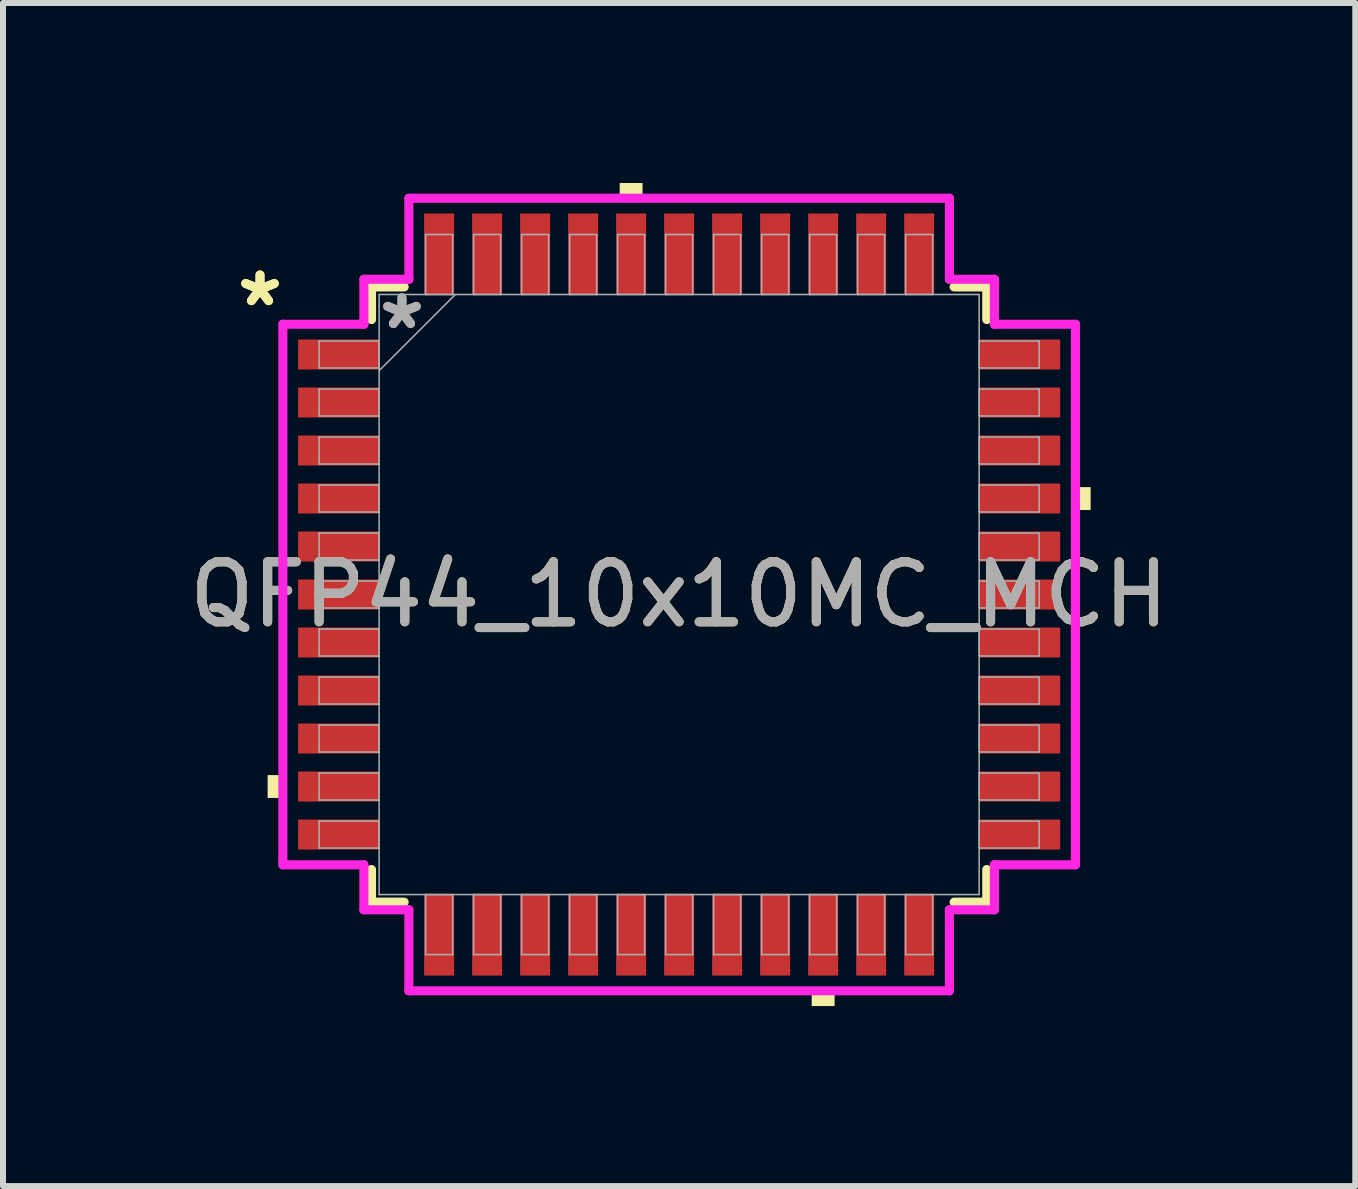
<source format=kicad_pcb>
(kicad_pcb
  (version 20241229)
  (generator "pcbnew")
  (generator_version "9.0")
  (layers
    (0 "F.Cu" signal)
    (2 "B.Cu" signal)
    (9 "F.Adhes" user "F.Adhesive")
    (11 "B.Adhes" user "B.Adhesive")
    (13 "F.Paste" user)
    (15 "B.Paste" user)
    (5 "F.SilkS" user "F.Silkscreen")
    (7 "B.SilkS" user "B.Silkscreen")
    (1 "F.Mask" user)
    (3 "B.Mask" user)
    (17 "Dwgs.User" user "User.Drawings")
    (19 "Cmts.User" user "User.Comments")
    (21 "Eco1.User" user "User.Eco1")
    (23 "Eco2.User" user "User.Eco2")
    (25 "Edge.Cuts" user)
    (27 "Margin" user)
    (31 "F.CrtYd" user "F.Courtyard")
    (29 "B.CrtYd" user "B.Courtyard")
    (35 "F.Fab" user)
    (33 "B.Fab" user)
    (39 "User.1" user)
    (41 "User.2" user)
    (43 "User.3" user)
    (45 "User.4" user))
  (footprint "QFP44_10x10MC_MCH"
    (layer "F.Cu")
    (at 8.268 6.858)
    (property "Reference" "QFP44_10x10MC_MCH" (at 0 0 0) (unlocked yes) (layer "F.SilkS") (effects (font (size 1 1) (thickness 0.15))))
    (attr smd)
    (fp_line (start -5.127 -5.127) (end -5.127 -4.583) (stroke (width 0.152) (type solid)) (layer "F.SilkS"))
    (fp_line (start -5.127 4.583) (end -5.127 5.127) (stroke (width 0.152) (type solid)) (layer "F.SilkS"))
    (fp_line (start -5.127 5.127) (end -4.583 5.127) (stroke (width 0.152) (type solid)) (layer "F.SilkS"))
    (fp_line (start -4.583 -5.127) (end -5.127 -5.127) (stroke (width 0.152) (type solid)) (layer "F.SilkS"))
    (fp_line (start 4.583 5.127) (end 5.127 5.127) (stroke (width 0.152) (type solid)) (layer "F.SilkS"))
    (fp_line (start 5.127 -5.127) (end 4.583 -5.127) (stroke (width 0.152) (type solid)) (layer "F.SilkS"))
    (fp_line (start 5.127 -4.583) (end 5.127 -5.127) (stroke (width 0.152) (type solid)) (layer "F.SilkS"))
    (fp_line (start 5.127 5.127) (end 5.127 4.583) (stroke (width 0.152) (type solid)) (layer "F.SilkS"))
    (fp_poly (pts (xy -6.858 3.009) (xy -6.858 3.39) (xy -6.604 3.39) (xy -6.604 3.009)) (stroke (width 0) (type solid)) (fill yes) (layer "F.SilkS"))
    (fp_poly (pts (xy -0.991 -6.604) (xy -0.991 -6.858) (xy -0.61 -6.858) (xy -0.61 -6.604)) (stroke (width 0) (type solid)) (fill yes) (layer "F.SilkS"))
    (fp_poly (pts (xy 2.209 6.604) (xy 2.209 6.858) (xy 2.591 6.858) (xy 2.591 6.604)) (stroke (width 0) (type solid)) (fill yes) (layer "F.SilkS"))
    (fp_poly (pts (xy 6.858 -1.79) (xy 6.858 -1.409) (xy 6.604 -1.409) (xy 6.604 -1.79)) (stroke (width 0) (type solid)) (fill yes) (layer "F.SilkS"))
    (fp_line (start -6.604 -4.504) (end -5.254 -4.504) (stroke (width 0.152) (type solid)) (layer "F.CrtYd"))
    (fp_line (start -6.604 4.504) (end -6.604 -4.504) (stroke (width 0.152) (type solid)) (layer "F.CrtYd"))
    (fp_line (start -5.254 -5.254) (end -4.504 -5.254) (stroke (width 0.152) (type solid)) (layer "F.CrtYd"))
    (fp_line (start -5.254 -4.504) (end -5.254 -5.254) (stroke (width 0.152) (type solid)) (layer "F.CrtYd"))
    (fp_line (start -5.254 4.504) (end -6.604 4.504) (stroke (width 0.152) (type solid)) (layer "F.CrtYd"))
    (fp_line (start -5.254 5.254) (end -5.254 4.504) (stroke (width 0.152) (type solid)) (layer "F.CrtYd"))
    (fp_line (start -5.254 5.254) (end -4.504 5.254) (stroke (width 0.152) (type solid)) (layer "F.CrtYd"))
    (fp_line (start -4.504 -6.604) (end 4.504 -6.604) (stroke (width 0.152) (type solid)) (layer "F.CrtYd"))
    (fp_line (start -4.504 -5.254) (end -4.504 -6.604) (stroke (width 0.152) (type solid)) (layer "F.CrtYd"))
    (fp_line (start -4.504 5.254) (end -4.504 6.604) (stroke (width 0.152) (type solid)) (layer "F.CrtYd"))
    (fp_line (start -4.504 6.604) (end 4.504 6.604) (stroke (width 0.152) (type solid)) (layer "F.CrtYd"))
    (fp_line (start 4.504 -6.604) (end 4.504 -5.254) (stroke (width 0.152) (type solid)) (layer "F.CrtYd"))
    (fp_line (start 4.504 -5.254) (end 5.254 -5.254) (stroke (width 0.152) (type solid)) (layer "F.CrtYd"))
    (fp_line (start 4.504 5.254) (end 5.254 5.254) (stroke (width 0.152) (type solid)) (layer "F.CrtYd"))
    (fp_line (start 4.504 6.604) (end 4.504 5.254) (stroke (width 0.152) (type solid)) (layer "F.CrtYd"))
    (fp_line (start 5.254 -4.504) (end 5.254 -5.254) (stroke (width 0.152) (type solid)) (layer "F.CrtYd"))
    (fp_line (start 5.254 4.504) (end 6.604 4.504) (stroke (width 0.152) (type solid)) (layer "F.CrtYd"))
    (fp_line (start 5.254 5.254) (end 5.254 4.504) (stroke (width 0.152) (type solid)) (layer "F.CrtYd"))
    (fp_line (start 6.604 -4.504) (end 5.254 -4.504) (stroke (width 0.152) (type solid)) (layer "F.CrtYd"))
    (fp_line (start 6.604 4.504) (end 6.604 -4.504) (stroke (width 0.152) (type solid)) (layer "F.CrtYd"))
    (fp_line (start -6 -4.225) (end -6 -3.775) (stroke (width 0.025) (type solid)) (layer "F.Fab"))
    (fp_line (start -6 -3.775) (end -5 -3.775) (stroke (width 0.025) (type solid)) (layer "F.Fab"))
    (fp_line (start -6 -3.425) (end -6 -2.975) (stroke (width 0.025) (type solid)) (layer "F.Fab"))
    (fp_line (start -6 -2.975) (end -5 -2.975) (stroke (width 0.025) (type solid)) (layer "F.Fab"))
    (fp_line (start -6 -2.625) (end -6 -2.175) (stroke (width 0.025) (type solid)) (layer "F.Fab"))
    (fp_line (start -6 -2.175) (end -5 -2.175) (stroke (width 0.025) (type solid)) (layer "F.Fab"))
    (fp_line (start -6 -1.825) (end -6 -1.375) (stroke (width 0.025) (type solid)) (layer "F.Fab"))
    (fp_line (start -6 -1.375) (end -5 -1.375) (stroke (width 0.025) (type solid)) (layer "F.Fab"))
    (fp_line (start -6 -1.025) (end -6 -0.575) (stroke (width 0.025) (type solid)) (layer "F.Fab"))
    (fp_line (start -6 -0.575) (end -5 -0.575) (stroke (width 0.025) (type solid)) (layer "F.Fab"))
    (fp_line (start -6 -0.225) (end -6 0.225) (stroke (width 0.025) (type solid)) (layer "F.Fab"))
    (fp_line (start -6 0.225) (end -5 0.225) (stroke (width 0.025) (type solid)) (layer "F.Fab"))
    (fp_line (start -6 0.575) (end -6 1.025) (stroke (width 0.025) (type solid)) (layer "F.Fab"))
    (fp_line (start -6 1.025) (end -5 1.025) (stroke (width 0.025) (type solid)) (layer "F.Fab"))
    (fp_line (start -6 1.375) (end -6 1.825) (stroke (width 0.025) (type solid)) (layer "F.Fab"))
    (fp_line (start -6 1.825) (end -5 1.825) (stroke (width 0.025) (type solid)) (layer "F.Fab"))
    (fp_line (start -6 2.175) (end -6 2.625) (stroke (width 0.025) (type solid)) (layer "F.Fab"))
    (fp_line (start -6 2.625) (end -5 2.625) (stroke (width 0.025) (type solid)) (layer "F.Fab"))
    (fp_line (start -6 2.975) (end -6 3.425) (stroke (width 0.025) (type solid)) (layer "F.Fab"))
    (fp_line (start -6 3.425) (end -5 3.425) (stroke (width 0.025) (type solid)) (layer "F.Fab"))
    (fp_line (start -6 3.775) (end -6 4.225) (stroke (width 0.025) (type solid)) (layer "F.Fab"))
    (fp_line (start -6 4.225) (end -5 4.225) (stroke (width 0.025) (type solid)) (layer "F.Fab"))
    (fp_line (start -5 -5) (end -5 5) (stroke (width 0.025) (type solid)) (layer "F.Fab"))
    (fp_line (start -5 -4.225) (end -6 -4.225) (stroke (width 0.025) (type solid)) (layer "F.Fab"))
    (fp_line (start -5 -3.775) (end -5 -4.225) (stroke (width 0.025) (type solid)) (layer "F.Fab"))
    (fp_line (start -5 -3.73) (end -3.73 -5) (stroke (width 0.025) (type solid)) (layer "F.Fab"))
    (fp_line (start -5 -3.425) (end -6 -3.425) (stroke (width 0.025) (type solid)) (layer "F.Fab"))
    (fp_line (start -5 -2.975) (end -5 -3.425) (stroke (width 0.025) (type solid)) (layer "F.Fab"))
    (fp_line (start -5 -2.625) (end -6 -2.625) (stroke (width 0.025) (type solid)) (layer "F.Fab"))
    (fp_line (start -5 -2.175) (end -5 -2.625) (stroke (width 0.025) (type solid)) (layer "F.Fab"))
    (fp_line (start -5 -1.825) (end -6 -1.825) (stroke (width 0.025) (type solid)) (layer "F.Fab"))
    (fp_line (start -5 -1.375) (end -5 -1.825) (stroke (width 0.025) (type solid)) (layer "F.Fab"))
    (fp_line (start -5 -1.025) (end -6 -1.025) (stroke (width 0.025) (type solid)) (layer "F.Fab"))
    (fp_line (start -5 -0.575) (end -5 -1.025) (stroke (width 0.025) (type solid)) (layer "F.Fab"))
    (fp_line (start -5 -0.225) (end -6 -0.225) (stroke (width 0.025) (type solid)) (layer "F.Fab"))
    (fp_line (start -5 0.225) (end -5 -0.225) (stroke (width 0.025) (type solid)) (layer "F.Fab"))
    (fp_line (start -5 0.575) (end -6 0.575) (stroke (width 0.025) (type solid)) (layer "F.Fab"))
    (fp_line (start -5 1.025) (end -5 0.575) (stroke (width 0.025) (type solid)) (layer "F.Fab"))
    (fp_line (start -5 1.375) (end -6 1.375) (stroke (width 0.025) (type solid)) (layer "F.Fab"))
    (fp_line (start -5 1.825) (end -5 1.375) (stroke (width 0.025) (type solid)) (layer "F.Fab"))
    (fp_line (start -5 2.175) (end -6 2.175) (stroke (width 0.025) (type solid)) (layer "F.Fab"))
    (fp_line (start -5 2.625) (end -5 2.175) (stroke (width 0.025) (type solid)) (layer "F.Fab"))
    (fp_line (start -5 2.975) (end -6 2.975) (stroke (width 0.025) (type solid)) (layer "F.Fab"))
    (fp_line (start -5 3.425) (end -5 2.975) (stroke (width 0.025) (type solid)) (layer "F.Fab"))
    (fp_line (start -5 3.775) (end -6 3.775) (stroke (width 0.025) (type solid)) (layer "F.Fab"))
    (fp_line (start -5 4.225) (end -5 3.775) (stroke (width 0.025) (type solid)) (layer "F.Fab"))
    (fp_line (start -5 5) (end 5 5) (stroke (width 0.025) (type solid)) (layer "F.Fab"))
    (fp_line (start -4.225 5) (end -4.225 6) (stroke (width 0.025) (type solid)) (layer "F.Fab"))
    (fp_line (start -4.225 6) (end -3.775 6) (stroke (width 0.025) (type solid)) (layer "F.Fab"))
    (fp_line (start -4.225 -6) (end -4.225 -5) (stroke (width 0.025) (type solid)) (layer "F.Fab"))
    (fp_line (start -4.225 -5) (end -3.775 -5) (stroke (width 0.025) (type solid)) (layer "F.Fab"))
    (fp_line (start -3.775 5) (end -4.225 5) (stroke (width 0.025) (type solid)) (layer "F.Fab"))
    (fp_line (start -3.775 6) (end -3.775 5) (stroke (width 0.025) (type solid)) (layer "F.Fab"))
    (fp_line (start -3.775 -6) (end -4.225 -6) (stroke (width 0.025) (type solid)) (layer "F.Fab"))
    (fp_line (start -3.775 -5) (end -3.775 -6) (stroke (width 0.025) (type solid)) (layer "F.Fab"))
    (fp_line (start -3.425 -6) (end -3.425 -5) (stroke (width 0.025) (type solid)) (layer "F.Fab"))
    (fp_line (start -3.425 -5) (end -2.975 -5) (stroke (width 0.025) (type solid)) (layer "F.Fab"))
    (fp_line (start -3.425 5) (end -3.425 6) (stroke (width 0.025) (type solid)) (layer "F.Fab"))
    (fp_line (start -3.425 6) (end -2.975 6) (stroke (width 0.025) (type solid)) (layer "F.Fab"))
    (fp_line (start -2.975 5) (end -3.425 5) (stroke (width 0.025) (type solid)) (layer "F.Fab"))
    (fp_line (start -2.975 6) (end -2.975 5) (stroke (width 0.025) (type solid)) (layer "F.Fab"))
    (fp_line (start -2.975 -6) (end -3.425 -6) (stroke (width 0.025) (type solid)) (layer "F.Fab"))
    (fp_line (start -2.975 -5) (end -2.975 -6) (stroke (width 0.025) (type solid)) (layer "F.Fab"))
    (fp_line (start -2.625 -6) (end -2.625 -5) (stroke (width 0.025) (type solid)) (layer "F.Fab"))
    (fp_line (start -2.625 -5) (end -2.175 -5) (stroke (width 0.025) (type solid)) (layer "F.Fab"))
    (fp_line (start -2.625 5) (end -2.625 6) (stroke (width 0.025) (type solid)) (layer "F.Fab"))
    (fp_line (start -2.625 6) (end -2.175 6) (stroke (width 0.025) (type solid)) (layer "F.Fab"))
    (fp_line (start -2.175 -6) (end -2.625 -6) (stroke (width 0.025) (type solid)) (layer "F.Fab"))
    (fp_line (start -2.175 -5) (end -2.175 -6) (stroke (width 0.025) (type solid)) (layer "F.Fab"))
    (fp_line (start -2.175 5) (end -2.625 5) (stroke (width 0.025) (type solid)) (layer "F.Fab"))
    (fp_line (start -2.175 6) (end -2.175 5) (stroke (width 0.025) (type solid)) (layer "F.Fab"))
    (fp_line (start -1.825 -6) (end -1.825 -5) (stroke (width 0.025) (type solid)) (layer "F.Fab"))
    (fp_line (start -1.825 -5) (end -1.375 -5) (stroke (width 0.025) (type solid)) (layer "F.Fab"))
    (fp_line (start -1.825 5) (end -1.825 6) (stroke (width 0.025) (type solid)) (layer "F.Fab"))
    (fp_line (start -1.825 6) (end -1.375 6) (stroke (width 0.025) (type solid)) (layer "F.Fab"))
    (fp_line (start -1.375 -6) (end -1.825 -6) (stroke (width 0.025) (type solid)) (layer "F.Fab"))
    (fp_line (start -1.375 -5) (end -1.375 -6) (stroke (width 0.025) (type solid)) (layer "F.Fab"))
    (fp_line (start -1.375 5) (end -1.825 5) (stroke (width 0.025) (type solid)) (layer "F.Fab"))
    (fp_line (start -1.375 6) (end -1.375 5) (stroke (width 0.025) (type solid)) (layer "F.Fab"))
    (fp_line (start -1.025 -6) (end -1.025 -5) (stroke (width 0.025) (type solid)) (layer "F.Fab"))
    (fp_line (start -1.025 -5) (end -0.575 -5) (stroke (width 0.025) (type solid)) (layer "F.Fab"))
    (fp_line (start -1.025 5) (end -1.025 6) (stroke (width 0.025) (type solid)) (layer "F.Fab"))
    (fp_line (start -1.025 6) (end -0.575 6) (stroke (width 0.025) (type solid)) (layer "F.Fab"))
    (fp_line (start -0.575 -6) (end -1.025 -6) (stroke (width 0.025) (type solid)) (layer "F.Fab"))
    (fp_line (start -0.575 -5) (end -0.575 -6) (stroke (width 0.025) (type solid)) (layer "F.Fab"))
    (fp_line (start -0.575 5) (end -1.025 5) (stroke (width 0.025) (type solid)) (layer "F.Fab"))
    (fp_line (start -0.575 6) (end -0.575 5) (stroke (width 0.025) (type solid)) (layer "F.Fab"))
    (fp_line (start -0.225 -6) (end -0.225 -5) (stroke (width 0.025) (type solid)) (layer "F.Fab"))
    (fp_line (start -0.225 -5) (end 0.225 -5) (stroke (width 0.025) (type solid)) (layer "F.Fab"))
    (fp_line (start -0.225 5) (end -0.225 6) (stroke (width 0.025) (type solid)) (layer "F.Fab"))
    (fp_line (start -0.225 6) (end 0.225 6) (stroke (width 0.025) (type solid)) (layer "F.Fab"))
    (fp_line (start 0.225 -6) (end -0.225 -6) (stroke (width 0.025) (type solid)) (layer "F.Fab"))
    (fp_line (start 0.225 -5) (end 0.225 -6) (stroke (width 0.025) (type solid)) (layer "F.Fab"))
    (fp_line (start 0.225 5) (end -0.225 5) (stroke (width 0.025) (type solid)) (layer "F.Fab"))
    (fp_line (start 0.225 6) (end 0.225 5) (stroke (width 0.025) (type solid)) (layer "F.Fab"))
    (fp_line (start 0.575 -6) (end 0.575 -5) (stroke (width 0.025) (type solid)) (layer "F.Fab"))
    (fp_line (start 0.575 -5) (end 1.025 -5) (stroke (width 0.025) (type solid)) (layer "F.Fab"))
    (fp_line (start 0.575 5) (end 0.575 6) (stroke (width 0.025) (type solid)) (layer "F.Fab"))
    (fp_line (start 0.575 6) (end 1.025 6) (stroke (width 0.025) (type solid)) (layer "F.Fab"))
    (fp_line (start 1.025 -6) (end 0.575 -6) (stroke (width 0.025) (type solid)) (layer "F.Fab"))
    (fp_line (start 1.025 -5) (end 1.025 -6) (stroke (width 0.025) (type solid)) (layer "F.Fab"))
    (fp_line (start 1.025 5) (end 0.575 5) (stroke (width 0.025) (type solid)) (layer "F.Fab"))
    (fp_line (start 1.025 6) (end 1.025 5) (stroke (width 0.025) (type solid)) (layer "F.Fab"))
    (fp_line (start 1.375 -6) (end 1.375 -5) (stroke (width 0.025) (type solid)) (layer "F.Fab"))
    (fp_line (start 1.375 -5) (end 1.825 -5) (stroke (width 0.025) (type solid)) (layer "F.Fab"))
    (fp_line (start 1.375 5) (end 1.375 6) (stroke (width 0.025) (type solid)) (layer "F.Fab"))
    (fp_line (start 1.375 6) (end 1.825 6) (stroke (width 0.025) (type solid)) (layer "F.Fab"))
    (fp_line (start 1.825 -6) (end 1.375 -6) (stroke (width 0.025) (type solid)) (layer "F.Fab"))
    (fp_line (start 1.825 -5) (end 1.825 -6) (stroke (width 0.025) (type solid)) (layer "F.Fab"))
    (fp_line (start 1.825 5) (end 1.375 5) (stroke (width 0.025) (type solid)) (layer "F.Fab"))
    (fp_line (start 1.825 6) (end 1.825 5) (stroke (width 0.025) (type solid)) (layer "F.Fab"))
    (fp_line (start 2.175 -6) (end 2.175 -5) (stroke (width 0.025) (type solid)) (layer "F.Fab"))
    (fp_line (start 2.175 -5) (end 2.625 -5) (stroke (width 0.025) (type solid)) (layer "F.Fab"))
    (fp_line (start 2.175 5) (end 2.175 6) (stroke (width 0.025) (type solid)) (layer "F.Fab"))
    (fp_line (start 2.175 6) (end 2.625 6) (stroke (width 0.025) (type solid)) (layer "F.Fab"))
    (fp_line (start 2.625 -6) (end 2.175 -6) (stroke (width 0.025) (type solid)) (layer "F.Fab"))
    (fp_line (start 2.625 -5) (end 2.625 -6) (stroke (width 0.025) (type solid)) (layer "F.Fab"))
    (fp_line (start 2.625 5) (end 2.175 5) (stroke (width 0.025) (type solid)) (layer "F.Fab"))
    (fp_line (start 2.625 6) (end 2.625 5) (stroke (width 0.025) (type solid)) (layer "F.Fab"))
    (fp_line (start 2.975 5) (end 2.975 6) (stroke (width 0.025) (type solid)) (layer "F.Fab"))
    (fp_line (start 2.975 6) (end 3.425 6) (stroke (width 0.025) (type solid)) (layer "F.Fab"))
    (fp_line (start 2.975 -6) (end 2.975 -5) (stroke (width 0.025) (type solid)) (layer "F.Fab"))
    (fp_line (start 2.975 -5) (end 3.425 -5) (stroke (width 0.025) (type solid)) (layer "F.Fab"))
    (fp_line (start 3.425 -6) (end 2.975 -6) (stroke (width 0.025) (type solid)) (layer "F.Fab"))
    (fp_line (start 3.425 -5) (end 3.425 -6) (stroke (width 0.025) (type solid)) (layer "F.Fab"))
    (fp_line (start 3.425 5) (end 2.975 5) (stroke (width 0.025) (type solid)) (layer "F.Fab"))
    (fp_line (start 3.425 6) (end 3.425 5) (stroke (width 0.025) (type solid)) (layer "F.Fab"))
    (fp_line (start 3.775 5) (end 3.775 6) (stroke (width 0.025) (type solid)) (layer "F.Fab"))
    (fp_line (start 3.775 6) (end 4.225 6) (stroke (width 0.025) (type solid)) (layer "F.Fab"))
    (fp_line (start 3.775 -6) (end 3.775 -5) (stroke (width 0.025) (type solid)) (layer "F.Fab"))
    (fp_line (start 3.775 -5) (end 4.225 -5) (stroke (width 0.025) (type solid)) (layer "F.Fab"))
    (fp_line (start 4.225 5) (end 3.775 5) (stroke (width 0.025) (type solid)) (layer "F.Fab"))
    (fp_line (start 4.225 6) (end 4.225 5) (stroke (width 0.025) (type solid)) (layer "F.Fab"))
    (fp_line (start 4.225 -6) (end 3.775 -6) (stroke (width 0.025) (type solid)) (layer "F.Fab"))
    (fp_line (start 4.225 -5) (end 4.225 -6) (stroke (width 0.025) (type solid)) (layer "F.Fab"))
    (fp_line (start 5 -5) (end -5 -5) (stroke (width 0.025) (type solid)) (layer "F.Fab"))
    (fp_line (start 5 -4.225) (end 5 -3.775) (stroke (width 0.025) (type solid)) (layer "F.Fab"))
    (fp_line (start 5 -3.775) (end 6 -3.775) (stroke (width 0.025) (type solid)) (layer "F.Fab"))
    (fp_line (start 5 -3.425) (end 5 -2.975) (stroke (width 0.025) (type solid)) (layer "F.Fab"))
    (fp_line (start 5 -2.975) (end 6 -2.975) (stroke (width 0.025) (type solid)) (layer "F.Fab"))
    (fp_line (start 5 -2.625) (end 5 -2.175) (stroke (width 0.025) (type solid)) (layer "F.Fab"))
    (fp_line (start 5 -2.175) (end 6 -2.175) (stroke (width 0.025) (type solid)) (layer "F.Fab"))
    (fp_line (start 5 -1.825) (end 5 -1.375) (stroke (width 0.025) (type solid)) (layer "F.Fab"))
    (fp_line (start 5 -1.375) (end 6 -1.375) (stroke (width 0.025) (type solid)) (layer "F.Fab"))
    (fp_line (start 5 -1.025) (end 5 -0.575) (stroke (width 0.025) (type solid)) (layer "F.Fab"))
    (fp_line (start 5 -0.575) (end 6 -0.575) (stroke (width 0.025) (type solid)) (layer "F.Fab"))
    (fp_line (start 5 -0.225) (end 5 0.225) (stroke (width 0.025) (type solid)) (layer "F.Fab"))
    (fp_line (start 5 0.225) (end 6 0.225) (stroke (width 0.025) (type solid)) (layer "F.Fab"))
    (fp_line (start 5 0.575) (end 5 1.025) (stroke (width 0.025) (type solid)) (layer "F.Fab"))
    (fp_line (start 5 1.025) (end 6 1.025) (stroke (width 0.025) (type solid)) (layer "F.Fab"))
    (fp_line (start 5 1.375) (end 5 1.825) (stroke (width 0.025) (type solid)) (layer "F.Fab"))
    (fp_line (start 5 1.825) (end 6 1.825) (stroke (width 0.025) (type solid)) (layer "F.Fab"))
    (fp_line (start 5 2.175) (end 5 2.625) (stroke (width 0.025) (type solid)) (layer "F.Fab"))
    (fp_line (start 5 2.625) (end 6 2.625) (stroke (width 0.025) (type solid)) (layer "F.Fab"))
    (fp_line (start 5 2.975) (end 5 3.425) (stroke (width 0.025) (type solid)) (layer "F.Fab"))
    (fp_line (start 5 3.425) (end 6 3.425) (stroke (width 0.025) (type solid)) (layer "F.Fab"))
    (fp_line (start 5 3.775) (end 5 4.225) (stroke (width 0.025) (type solid)) (layer "F.Fab"))
    (fp_line (start 5 4.225) (end 6 4.225) (stroke (width 0.025) (type solid)) (layer "F.Fab"))
    (fp_line (start 5 5) (end 5 -5) (stroke (width 0.025) (type solid)) (layer "F.Fab"))
    (fp_line (start 6 -4.225) (end 5 -4.225) (stroke (width 0.025) (type solid)) (layer "F.Fab"))
    (fp_line (start 6 -3.775) (end 6 -4.225) (stroke (width 0.025) (type solid)) (layer "F.Fab"))
    (fp_line (start 6 -3.425) (end 5 -3.425) (stroke (width 0.025) (type solid)) (layer "F.Fab"))
    (fp_line (start 6 -2.975) (end 6 -3.425) (stroke (width 0.025) (type solid)) (layer "F.Fab"))
    (fp_line (start 6 -2.625) (end 5 -2.625) (stroke (width 0.025) (type solid)) (layer "F.Fab"))
    (fp_line (start 6 -2.175) (end 6 -2.625) (stroke (width 0.025) (type solid)) (layer "F.Fab"))
    (fp_line (start 6 -1.825) (end 5 -1.825) (stroke (width 0.025) (type solid)) (layer "F.Fab"))
    (fp_line (start 6 -1.375) (end 6 -1.825) (stroke (width 0.025) (type solid)) (layer "F.Fab"))
    (fp_line (start 6 -1.025) (end 5 -1.025) (stroke (width 0.025) (type solid)) (layer "F.Fab"))
    (fp_line (start 6 -0.575) (end 6 -1.025) (stroke (width 0.025) (type solid)) (layer "F.Fab"))
    (fp_line (start 6 -0.225) (end 5 -0.225) (stroke (width 0.025) (type solid)) (layer "F.Fab"))
    (fp_line (start 6 0.225) (end 6 -0.225) (stroke (width 0.025) (type solid)) (layer "F.Fab"))
    (fp_line (start 6 0.575) (end 5 0.575) (stroke (width 0.025) (type solid)) (layer "F.Fab"))
    (fp_line (start 6 1.025) (end 6 0.575) (stroke (width 0.025) (type solid)) (layer "F.Fab"))
    (fp_line (start 6 1.375) (end 5 1.375) (stroke (width 0.025) (type solid)) (layer "F.Fab"))
    (fp_line (start 6 1.825) (end 6 1.375) (stroke (width 0.025) (type solid)) (layer "F.Fab"))
    (fp_line (start 6 2.175) (end 5 2.175) (stroke (width 0.025) (type solid)) (layer "F.Fab"))
    (fp_line (start 6 2.625) (end 6 2.175) (stroke (width 0.025) (type solid)) (layer "F.Fab"))
    (fp_line (start 6 2.975) (end 5 2.975) (stroke (width 0.025) (type solid)) (layer "F.Fab"))
    (fp_line (start 6 3.425) (end 6 2.975) (stroke (width 0.025) (type solid)) (layer "F.Fab"))
    (fp_line (start 6 3.775) (end 5 3.775) (stroke (width 0.025) (type solid)) (layer "F.Fab"))
    (fp_line (start 6 4.225) (end 6 3.775) (stroke (width 0.025) (type solid)) (layer "F.Fab"))
    (fp_text user "*" (at -6.985 -4.781 0) (unlocked yes) (layer "F.SilkS") (effects (font (size 1 1) (thickness 0.15))))
    (fp_text user "*" (at -6.985 -4.781 0) (layer "F.SilkS") (effects (font (size 1 1) (thickness 0.15))))
    (fp_text user "${REFERENCE}" (at 0 0 0) (unlocked yes) (layer "F.Fab") (effects (font (size 1 1) (thickness 0.15))))
    (fp_text user "*" (at -4.619 -4.4 0) (layer "F.Fab") (effects (font (size 1 1) (thickness 0.15))))
    (fp_text user "*" (at -4.619 -4.4 0) (unlocked yes) (layer "F.Fab") (effects (font (size 1 1) (thickness 0.15))))
    (pad "1" smd rect (at -5.675 -4 90) (size 0.5 1.35) (layers "F.Cu" "F.Mask" "F.Paste"))
    (pad "2" smd rect (at -5.675 -3.2 90) (size 0.5 1.35) (layers "F.Cu" "F.Mask" "F.Paste"))
    (pad "3" smd rect (at -5.675 -2.4 90) (size 0.5 1.35) (layers "F.Cu" "F.Mask" "F.Paste"))
    (pad "4" smd rect (at -5.675 -1.6 90) (size 0.5 1.35) (layers "F.Cu" "F.Mask" "F.Paste"))
    (pad "5" smd rect (at -5.675 -0.8 90) (size 0.5 1.35) (layers "F.Cu" "F.Mask" "F.Paste"))
    (pad "6" smd rect (at -5.675 0 90) (size 0.5 1.35) (layers "F.Cu" "F.Mask" "F.Paste"))
    (pad "7" smd rect (at -5.675 0.8 90) (size 0.5 1.35) (layers "F.Cu" "F.Mask" "F.Paste"))
    (pad "8" smd rect (at -5.675 1.6 90) (size 0.5 1.35) (layers "F.Cu" "F.Mask" "F.Paste"))
    (pad "9" smd rect (at -5.675 2.4 90) (size 0.5 1.35) (layers "F.Cu" "F.Mask" "F.Paste"))
    (pad "10" smd rect (at -5.675 3.2 90) (size 0.5 1.35) (layers "F.Cu" "F.Mask" "F.Paste"))
    (pad "11" smd rect (at -5.675 4 90) (size 0.5 1.35) (layers "F.Cu" "F.Mask" "F.Paste"))
    (pad "12" smd rect (at -4 5.675) (size 0.5 1.35) (layers "F.Cu" "F.Mask" "F.Paste"))
    (pad "13" smd rect (at -3.2 5.675) (size 0.5 1.35) (layers "F.Cu" "F.Mask" "F.Paste"))
    (pad "14" smd rect (at -2.4 5.675) (size 0.5 1.35) (layers "F.Cu" "F.Mask" "F.Paste"))
    (pad "15" smd rect (at -1.6 5.675) (size 0.5 1.35) (layers "F.Cu" "F.Mask" "F.Paste"))
    (pad "16" smd rect (at -0.8 5.675) (size 0.5 1.35) (layers "F.Cu" "F.Mask" "F.Paste"))
    (pad "17" smd rect (at 0 5.675) (size 0.5 1.35) (layers "F.Cu" "F.Mask" "F.Paste"))
    (pad "18" smd rect (at 0.8 5.675) (size 0.5 1.35) (layers "F.Cu" "F.Mask" "F.Paste"))
    (pad "19" smd rect (at 1.6 5.675) (size 0.5 1.35) (layers "F.Cu" "F.Mask" "F.Paste"))
    (pad "20" smd rect (at 2.4 5.675) (size 0.5 1.35) (layers "F.Cu" "F.Mask" "F.Paste"))
    (pad "21" smd rect (at 3.2 5.675) (size 0.5 1.35) (layers "F.Cu" "F.Mask" "F.Paste"))
    (pad "22" smd rect (at 4 5.675) (size 0.5 1.35) (layers "F.Cu" "F.Mask" "F.Paste"))
    (pad "23" smd rect (at 5.675 4 90) (size 0.5 1.35) (layers "F.Cu" "F.Mask" "F.Paste"))
    (pad "24" smd rect (at 5.675 3.2 90) (size 0.5 1.35) (layers "F.Cu" "F.Mask" "F.Paste"))
    (pad "25" smd rect (at 5.675 2.4 90) (size 0.5 1.35) (layers "F.Cu" "F.Mask" "F.Paste"))
    (pad "26" smd rect (at 5.675 1.6 90) (size 0.5 1.35) (layers "F.Cu" "F.Mask" "F.Paste"))
    (pad "27" smd rect (at 5.675 0.8 90) (size 0.5 1.35) (layers "F.Cu" "F.Mask" "F.Paste"))
    (pad "28" smd rect (at 5.675 0 90) (size 0.5 1.35) (layers "F.Cu" "F.Mask" "F.Paste"))
    (pad "29" smd rect (at 5.675 -0.8 90) (size 0.5 1.35) (layers "F.Cu" "F.Mask" "F.Paste"))
    (pad "30" smd rect (at 5.675 -1.6 90) (size 0.5 1.35) (layers "F.Cu" "F.Mask" "F.Paste"))
    (pad "31" smd rect (at 5.675 -2.4 90) (size 0.5 1.35) (layers "F.Cu" "F.Mask" "F.Paste"))
    (pad "32" smd rect (at 5.675 -3.2 90) (size 0.5 1.35) (layers "F.Cu" "F.Mask" "F.Paste"))
    (pad "33" smd rect (at 5.675 -4 90) (size 0.5 1.35) (layers "F.Cu" "F.Mask" "F.Paste"))
    (pad "34" smd rect (at 4 -5.675) (size 0.5 1.35) (layers "F.Cu" "F.Mask" "F.Paste"))
    (pad "35" smd rect (at 3.2 -5.675) (size 0.5 1.35) (layers "F.Cu" "F.Mask" "F.Paste"))
    (pad "36" smd rect (at 2.4 -5.675) (size 0.5 1.35) (layers "F.Cu" "F.Mask" "F.Paste"))
    (pad "37" smd rect (at 1.6 -5.675) (size 0.5 1.35) (layers "F.Cu" "F.Mask" "F.Paste"))
    (pad "38" smd rect (at 0.8 -5.675) (size 0.5 1.35) (layers "F.Cu" "F.Mask" "F.Paste"))
    (pad "39" smd rect (at 0 -5.675) (size 0.5 1.35) (layers "F.Cu" "F.Mask" "F.Paste"))
    (pad "40" smd rect (at -0.8 -5.675) (size 0.5 1.35) (layers "F.Cu" "F.Mask" "F.Paste"))
    (pad "41" smd rect (at -1.6 -5.675) (size 0.5 1.35) (layers "F.Cu" "F.Mask" "F.Paste"))
    (pad "42" smd rect (at -2.4 -5.675) (size 0.5 1.35) (layers "F.Cu" "F.Mask" "F.Paste"))
    (pad "43" smd rect (at -3.2 -5.675) (size 0.5 1.35) (layers "F.Cu" "F.Mask" "F.Paste"))
    (pad "44" smd rect (at -4 -5.675) (size 0.5 1.35) (layers "F.Cu" "F.Mask" "F.Paste")))
  (gr_rect
    (start -3 -3)
    (end 19.536 16.716)
    (stroke (width 0.1) (type default))
    (fill no)
    (layer "Edge.Cuts")))
</source>
